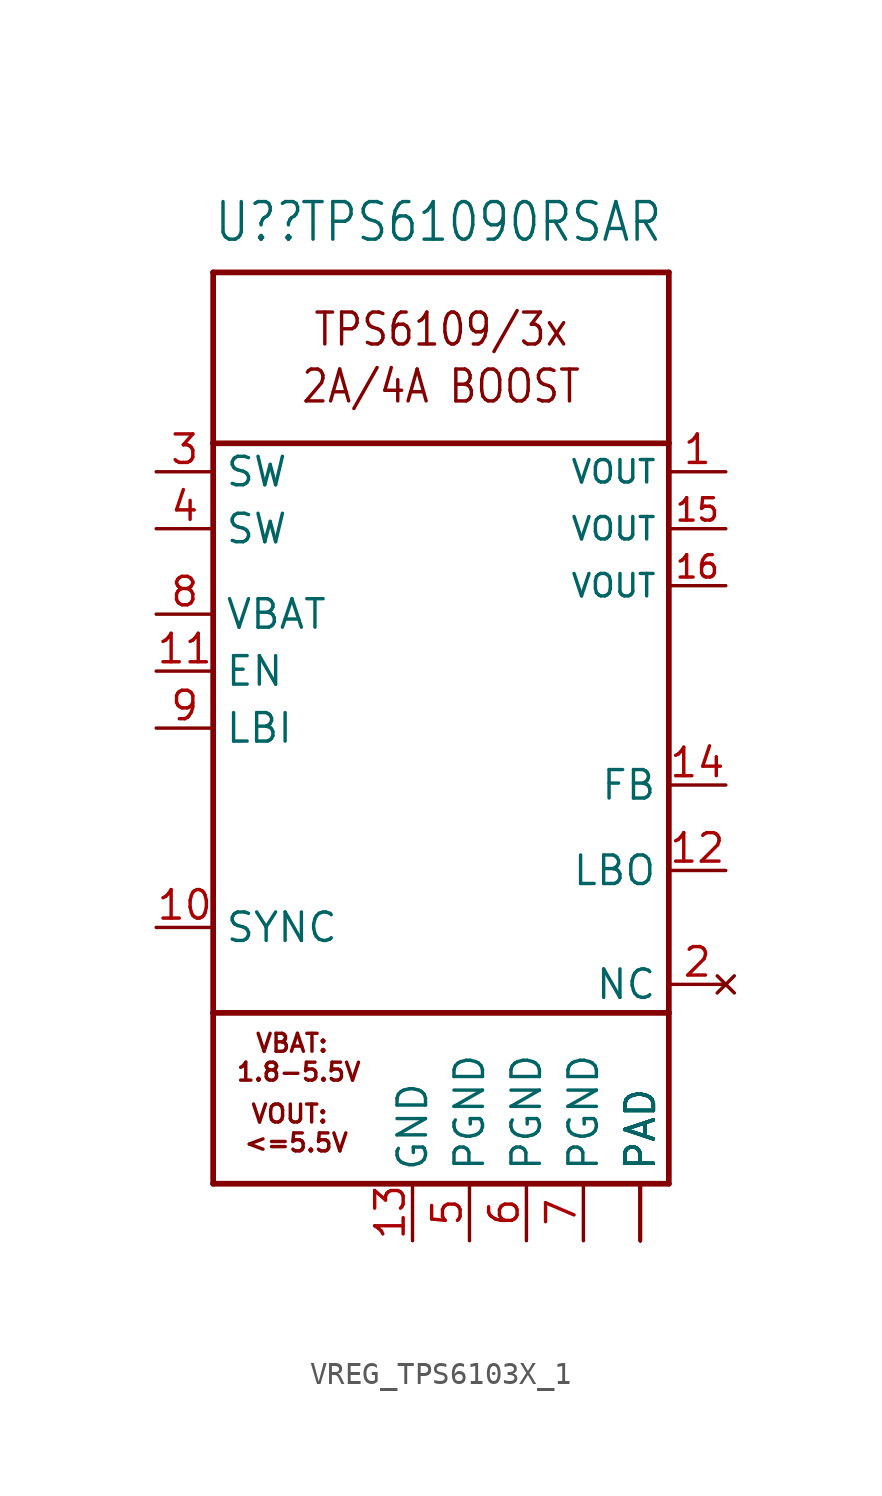
<source format=kicad_sym>
(kicad_symbol_lib
  (version 20220914)
  (generator kicad_symbol_editor)
  (symbol "VREG_TPS6103X_1"
    (property "Reference" "U?"
      (at -10.16 21.59 0)
      (effects (font (size 1.676 1.425)) (justify left bottom)))
    (property "Value" "TPS61090RSAR"
      (at -6.35 21.59 0)
      (effects (font (size 1.676 1.425)) (justify left bottom)))
    (property "LCSC" ""
      (at 0 0 0)
      (effects (font (size 1.27 1.27))))
    (property "ki_locked" ""
      (at 0 0 0)
      (effects (font (size 1.27 1.27))))
    (symbol "VREG_TPS6103X_1_1_0"
      (polyline (pts (xy -10.16 -20.32) (xy 10.16 -20.32)) (stroke (width 0.254) (type solid)) (fill (type none)))
      (polyline (pts (xy -10.16 -12.7) (xy -10.16 -20.32)) (stroke (width 0.254) (type solid)) (fill (type none)))
      (polyline (pts (xy -10.16 -12.7) (xy -10.16 12.7)) (stroke (width 0.254) (type solid)) (fill (type none)))
      (polyline (pts (xy -10.16 12.7) (xy -10.16 20.32)) (stroke (width 0.254) (type solid)) (fill (type none)))
      (polyline (pts (xy -10.16 12.7) (xy 10.16 12.7)) (stroke (width 0.254) (type solid)) (fill (type none)))
      (polyline (pts (xy -10.16 20.32) (xy 10.16 20.32)) (stroke (width 0.254) (type solid)) (fill (type none)))
      (polyline (pts (xy 10.16 -20.32) (xy 10.16 -12.7)) (stroke (width 0.254) (type solid)) (fill (type none)))
      (polyline (pts (xy 10.16 -12.7) (xy -10.16 -12.7)) (stroke (width 0.254) (type solid)) (fill (type none)))
      (polyline (pts (xy 10.16 12.7) (xy 10.16 -12.7)) (stroke (width 0.254) (type solid)) (fill (type none)))
      (polyline (pts (xy 10.16 20.32) (xy 10.16 12.7)) (stroke (width 0.254) (type solid)) (fill (type none)))
      (text "2A/4A BOOST" (at 0 15.24 0) (effects (font (size 1.422 1.209))))
      (text "TPS6109/3x" (at 0 17.78 0) (effects (font (size 1.422 1.209))))
      (text "VBAT: \n1.8-5.5V" (at -6.345 -14.693 0) (effects (font (size 0.8 0.8))))
      (text "VOUT: \n<=5.5V" (at -6.454 -17.848 0) (effects (font (size 0.8 0.8))))
      (pin power_in line (at 12.7 11.43 180) (length 2.54) (name "VOUT" (effects (font (size 1 1)))) (number "1" (effects (font (size 1.27 1.27)))))
      (pin input line (at -12.7 -8.89 0) (length 2.54) (name "SYNC" (effects (font (size 1.27 1.27)))) (number "10" (effects (font (size 1.27 1.27)))))
      (pin input line (at -12.7 2.54 0) (length 2.54) (name "EN" (effects (font (size 1.27 1.27)))) (number "11" (effects (font (size 1.27 1.27)))))
      (pin output line (at 12.7 -6.35 180) (length 2.54) (name "LBO" (effects (font (size 1.27 1.27)))) (number "12" (effects (font (size 1.27 1.27)))))
      (pin power_in line (at -1.27 -22.86 90) (length 2.54) (name "GND" (effects (font (size 1.27 1.27)))) (number "13" (effects (font (size 1.27 1.27)))))
      (pin input line (at 12.7 -2.54 180) (length 2.54) (name "FB" (effects (font (size 1.27 1.27)))) (number "14" (effects (font (size 1.27 1.27)))))
      (pin power_in line (at 12.7 8.89 180) (length 2.54) (name "VOUT" (effects (font (size 1 1)))) (number "15" (effects (font (size 1 1)))))
      (pin power_in line (at 12.7 6.35 180) (length 2.54) (name "VOUT" (effects (font (size 1 1)))) (number "16" (effects (font (size 1 1)))))
      (pin no_connect line (at 12.7 -11.43 180) (length 2.54) (name "NC" (effects (font (size 1.27 1.27)))) (number "2" (effects (font (size 1.27 1.27)))))
      (pin input line (at -12.7 11.43 0) (length 2.54) (name "SW" (effects (font (size 1.27 1.27)))) (number "3" (effects (font (size 1.27 1.27)))))
      (pin input line (at -12.7 8.89 0) (length 2.54) (name "SW" (effects (font (size 1.27 1.27)))) (number "4" (effects (font (size 1.27 1.27)))))
      (pin power_in line (at 1.27 -22.86 90) (length 2.54) (name "PGND" (effects (font (size 1.27 1.27)))) (number "5" (effects (font (size 1.27 1.27)))))
      (pin power_in line (at 3.81 -22.86 90) (length 2.54) (name "PGND" (effects (font (size 1.27 1.27)))) (number "6" (effects (font (size 1.27 1.27)))))
      (pin power_in line (at 6.35 -22.86 90) (length 2.54) (name "PGND" (effects (font (size 1.27 1.27)))) (number "7" (effects (font (size 1.27 1.27)))))
      (pin input line (at -12.7 5.08 0) (length 2.54) (name "VBAT" (effects (font (size 1.27 1.27)))) (number "8" (effects (font (size 1.27 1.27)))))
      (pin input line (at -12.7 0 0) (length 2.54) (name "LBI" (effects (font (size 1.27 1.27)))) (number "9" (effects (font (size 1.27 1.27)))))
      (pin power_in line (at 8.89 -22.86 90) (length 2.54) (name "PAD" (effects (font (size 1.27 1.27)))) (number "P$18" (effects (font (size 0 0)))))
      (pin power_in line (at 8.89 -22.86 90) (length 2.54) (name "PAD" (effects (font (size 1.27 1.27)))) (number "P$19" (effects (font (size 0 0)))))
      (pin power_in line (at 8.89 -22.86 90) (length 2.54) (name "PAD" (effects (font (size 1.27 1.27)))) (number "P$20" (effects (font (size 0 0)))))
      (pin power_in line (at 8.89 -22.86 90) (length 2.54) (name "PAD" (effects (font (size 1.27 1.27)))) (number "P$21" (effects (font (size 0 0)))))
      (pin power_in line (at 8.89 -22.86 90) (length 2.54) (name "PAD" (effects (font (size 1.27 1.27)))) (number "P$22" (effects (font (size 0 0)))))
      (pin power_in line (at 8.89 -22.86 90) (length 2.54) (name "PAD" (effects (font (size 1.27 1.27)))) (number "THERMAL" (effects (font (size 0 0))))))))
</source>
